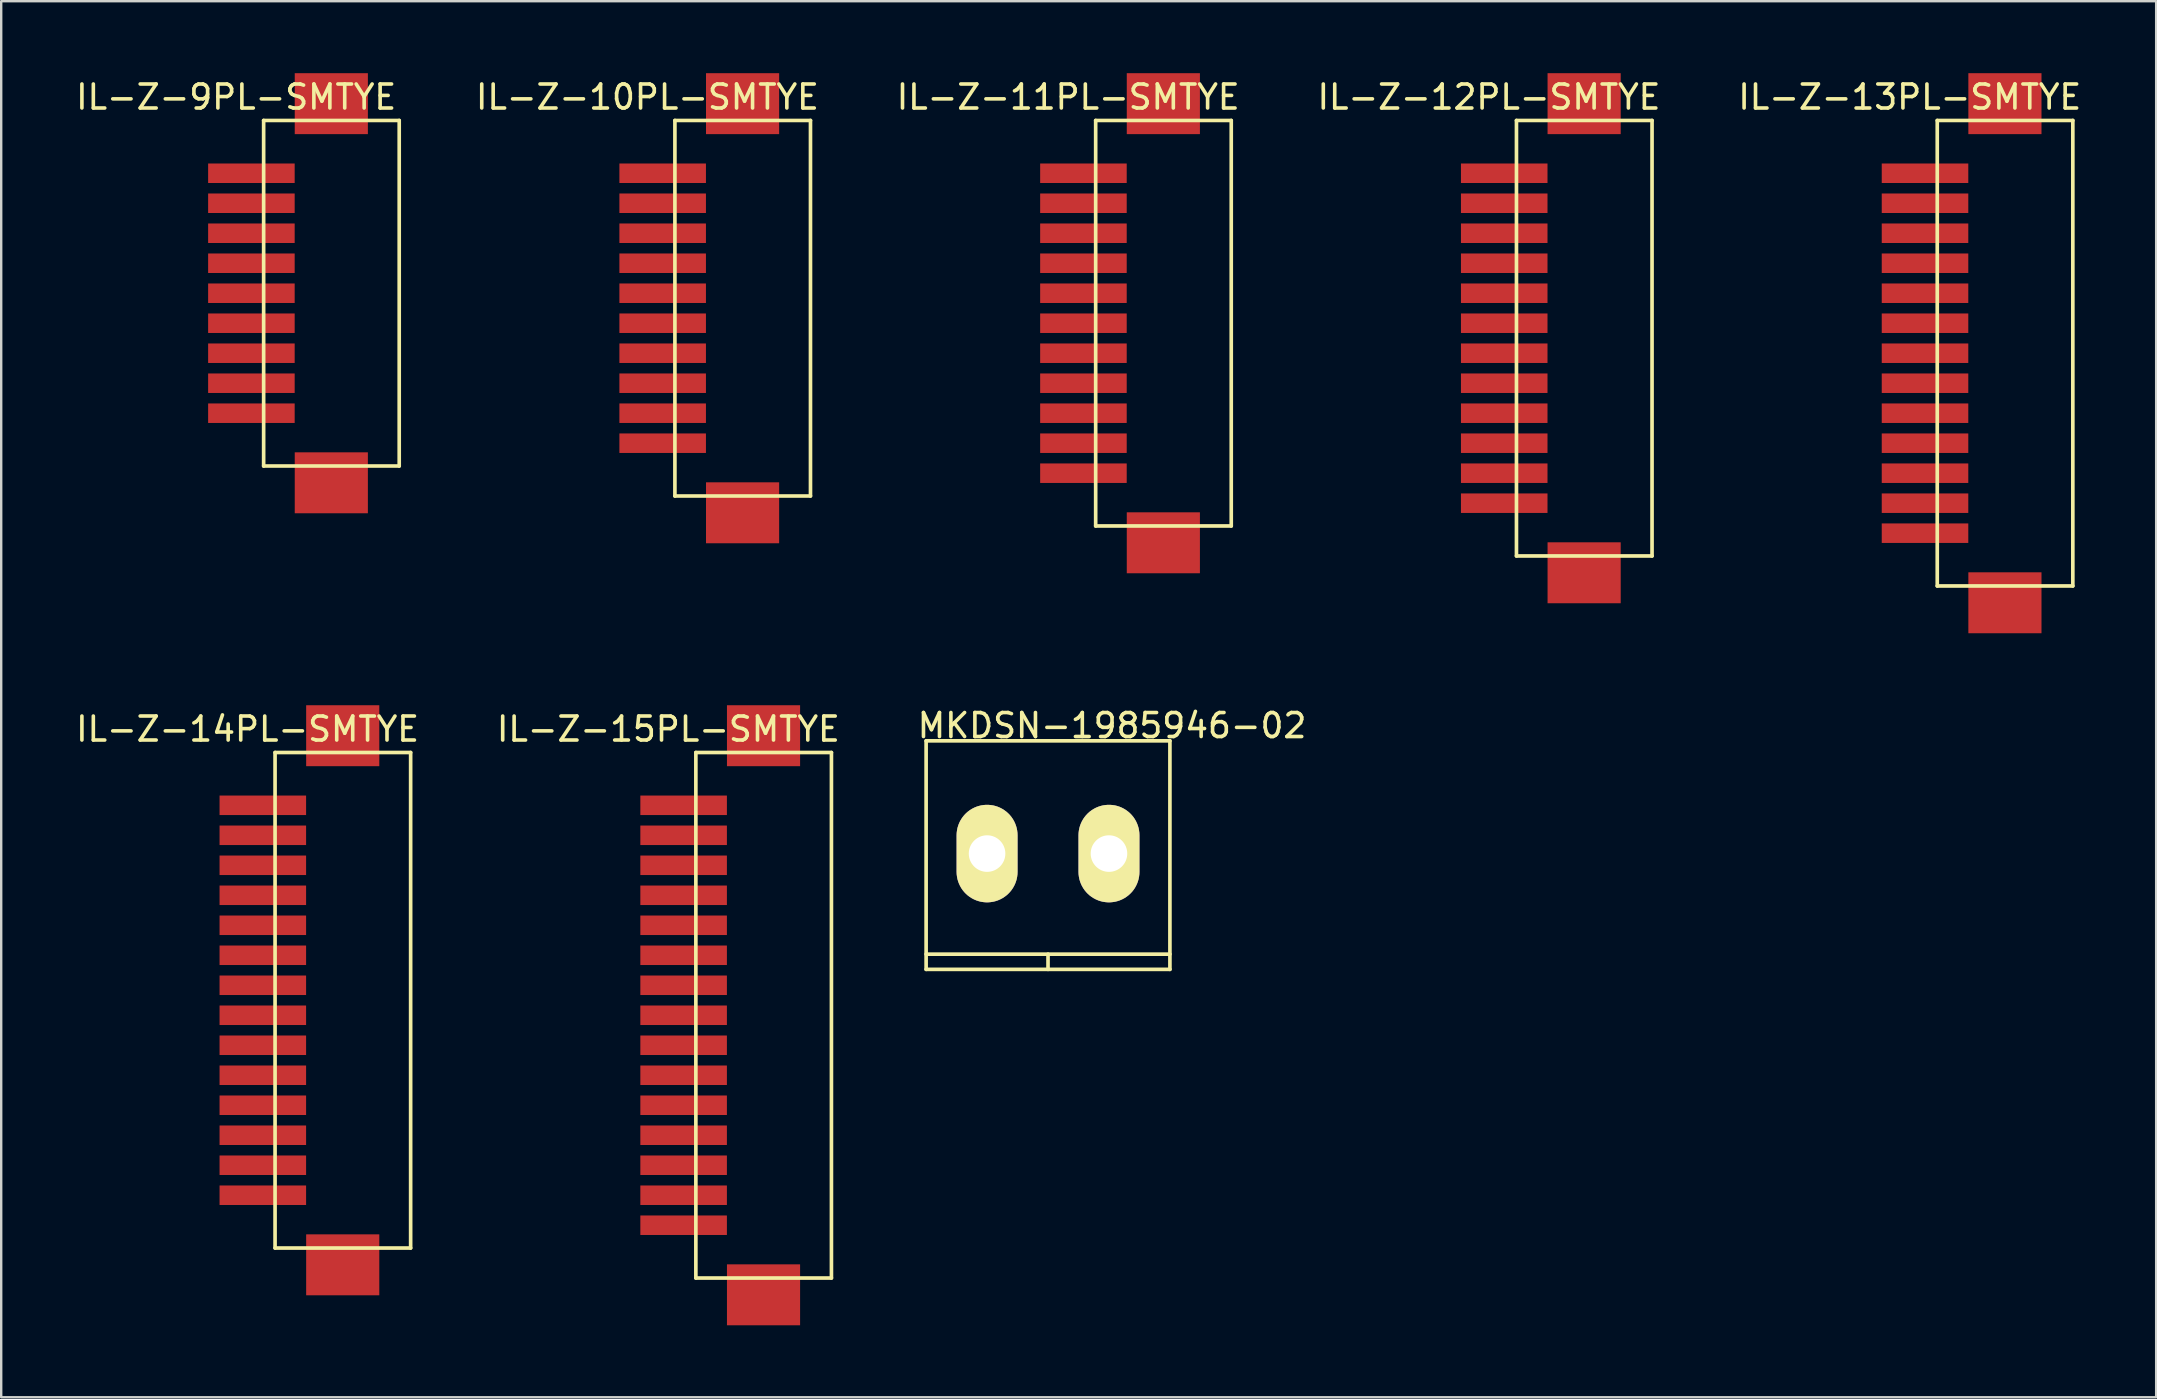
<source format=kicad_pcb>
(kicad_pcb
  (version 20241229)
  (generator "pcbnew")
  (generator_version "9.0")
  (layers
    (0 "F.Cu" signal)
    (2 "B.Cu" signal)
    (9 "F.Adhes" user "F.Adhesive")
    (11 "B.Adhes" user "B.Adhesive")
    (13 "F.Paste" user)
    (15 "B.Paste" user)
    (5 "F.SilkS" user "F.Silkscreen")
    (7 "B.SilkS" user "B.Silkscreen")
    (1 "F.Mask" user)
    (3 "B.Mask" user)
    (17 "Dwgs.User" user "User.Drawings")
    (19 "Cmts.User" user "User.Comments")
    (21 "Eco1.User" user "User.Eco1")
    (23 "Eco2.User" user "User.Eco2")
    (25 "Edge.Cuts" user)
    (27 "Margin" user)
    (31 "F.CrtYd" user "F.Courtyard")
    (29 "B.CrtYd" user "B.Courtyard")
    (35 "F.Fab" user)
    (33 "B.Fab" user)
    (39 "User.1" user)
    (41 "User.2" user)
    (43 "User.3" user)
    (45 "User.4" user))
  (footprint "IL-Z-14PL-SMTYE"
    (layer "F.Cu")
    (at 7.903 30.51)
    (property "Reference" "IL-Z-14PL-SMTYE" (at -0.635 -3.175 0) (layer "F.SilkS") (effects (font (size 1 1) (thickness 0.15))))
    (attr through_hole)
    (fp_line (start 0.51 -2.2) (end 6.16 -2.2) (stroke (width 0.152) (type solid)) (layer "F.SilkS"))
    (fp_line (start 0.51 18.45) (end 0.51 -2.2) (stroke (width 0.152) (type solid)) (layer "F.SilkS"))
    (fp_line (start 0.51 18.45) (end 6.16 18.45) (stroke (width 0.152) (type solid)) (layer "F.SilkS"))
    (fp_line (start 6.16 -2.2) (end 6.16 18.45) (stroke (width 0.152) (type solid)) (layer "F.SilkS"))
    (pad "0" smd rect (at 3.33 -2.9) (size 3.048 2.54) (layers "F.Cu" "F.Mask" "F.Paste"))
    (pad "0" smd rect (at 3.33 19.15) (size 3.048 2.54) (layers "F.Cu" "F.Mask" "F.Paste"))
    (pad "1" smd rect (at 0 0) (size 3.607 0.813) (layers "F.Cu" "F.Mask" "F.Paste"))
    (pad "2" smd rect (at 0 1.25) (size 3.607 0.813) (layers "F.Cu" "F.Mask" "F.Paste"))
    (pad "3" smd rect (at 0 2.5) (size 3.607 0.813) (layers "F.Cu" "F.Mask" "F.Paste"))
    (pad "4" smd rect (at 0 3.75) (size 3.607 0.813) (layers "F.Cu" "F.Mask" "F.Paste"))
    (pad "5" smd rect (at 0 5) (size 3.607 0.813) (layers "F.Cu" "F.Mask" "F.Paste"))
    (pad "6" smd rect (at 0 6.25) (size 3.607 0.813) (layers "F.Cu" "F.Mask" "F.Paste"))
    (pad "7" smd rect (at 0 7.5) (size 3.607 0.813) (layers "F.Cu" "F.Mask" "F.Paste"))
    (pad "8" smd rect (at 0 8.75) (size 3.607 0.813) (layers "F.Cu" "F.Mask" "F.Paste"))
    (pad "9" smd rect (at 0 10) (size 3.607 0.813) (layers "F.Cu" "F.Mask" "F.Paste"))
    (pad "10" smd rect (at 0 11.25) (size 3.607 0.813) (layers "F.Cu" "F.Mask" "F.Paste"))
    (pad "11" smd rect (at 0 12.5) (size 3.607 0.813) (layers "F.Cu" "F.Mask" "F.Paste"))
    (pad "12" smd rect (at 0 13.75) (size 3.607 0.813) (layers "F.Cu" "F.Mask" "F.Paste"))
    (pad "13" smd rect (at 0 15) (size 3.607 0.813) (layers "F.Cu" "F.Mask" "F.Paste"))
    (pad "14" smd rect (at 0 16.25) (size 3.607 0.813) (layers "F.Cu" "F.Mask" "F.Paste")))
  (footprint "IL-Z-15PL-SMTYE"
    (layer "F.Cu")
    (at 25.439 30.51)
    (property "Reference" "IL-Z-15PL-SMTYE" (at -0.635 -3.175 0) (layer "F.SilkS") (effects (font (size 1 1) (thickness 0.15))))
    (attr through_hole)
    (fp_line (start 0.51 -2.2) (end 6.16 -2.2) (stroke (width 0.152) (type solid)) (layer "F.SilkS"))
    (fp_line (start 0.51 19.7) (end 0.51 -2.2) (stroke (width 0.152) (type solid)) (layer "F.SilkS"))
    (fp_line (start 0.51 19.7) (end 6.16 19.7) (stroke (width 0.152) (type solid)) (layer "F.SilkS"))
    (fp_line (start 6.16 -2.2) (end 6.16 19.7) (stroke (width 0.152) (type solid)) (layer "F.SilkS"))
    (pad "0" smd rect (at 3.33 -2.9) (size 3.048 2.54) (layers "F.Cu" "F.Mask" "F.Paste"))
    (pad "0" smd rect (at 3.33 20.4) (size 3.048 2.54) (layers "F.Cu" "F.Mask" "F.Paste"))
    (pad "1" smd rect (at 0 0) (size 3.607 0.813) (layers "F.Cu" "F.Mask" "F.Paste"))
    (pad "2" smd rect (at 0 1.25) (size 3.607 0.813) (layers "F.Cu" "F.Mask" "F.Paste"))
    (pad "3" smd rect (at 0 2.5) (size 3.607 0.813) (layers "F.Cu" "F.Mask" "F.Paste"))
    (pad "4" smd rect (at 0 3.75) (size 3.607 0.813) (layers "F.Cu" "F.Mask" "F.Paste"))
    (pad "5" smd rect (at 0 5) (size 3.607 0.813) (layers "F.Cu" "F.Mask" "F.Paste"))
    (pad "6" smd rect (at 0 6.25) (size 3.607 0.813) (layers "F.Cu" "F.Mask" "F.Paste"))
    (pad "7" smd rect (at 0 7.5) (size 3.607 0.813) (layers "F.Cu" "F.Mask" "F.Paste"))
    (pad "8" smd rect (at 0 8.75) (size 3.607 0.813) (layers "F.Cu" "F.Mask" "F.Paste"))
    (pad "9" smd rect (at 0 10) (size 3.607 0.813) (layers "F.Cu" "F.Mask" "F.Paste"))
    (pad "10" smd rect (at 0 11.25) (size 3.607 0.813) (layers "F.Cu" "F.Mask" "F.Paste"))
    (pad "11" smd rect (at 0 12.5) (size 3.607 0.813) (layers "F.Cu" "F.Mask" "F.Paste"))
    (pad "12" smd rect (at 0 13.75) (size 3.607 0.813) (layers "F.Cu" "F.Mask" "F.Paste"))
    (pad "13" smd rect (at 0 15) (size 3.607 0.813) (layers "F.Cu" "F.Mask" "F.Paste"))
    (pad "14" smd rect (at 0 16.25) (size 3.607 0.813) (layers "F.Cu" "F.Mask" "F.Paste"))
    (pad "15" smd rect (at 0 17.5) (size 3.607 0.813) (layers "F.Cu" "F.Mask" "F.Paste")))
  (footprint "IL-Z-12PL-SMTYE"
    (layer "F.Cu")
    (at 59.637 4.17)
    (property "Reference" "IL-Z-12PL-SMTYE" (at -0.635 -3.175 0) (layer "F.SilkS") (effects (font (size 1 1) (thickness 0.15))))
    (attr through_hole)
    (fp_line (start 0.51 -2.2) (end 6.16 -2.2) (stroke (width 0.152) (type solid)) (layer "F.SilkS"))
    (fp_line (start 0.51 15.95) (end 0.51 -2.2) (stroke (width 0.152) (type solid)) (layer "F.SilkS"))
    (fp_line (start 0.51 15.95) (end 6.16 15.95) (stroke (width 0.152) (type solid)) (layer "F.SilkS"))
    (fp_line (start 6.16 -2.2) (end 6.16 15.95) (stroke (width 0.152) (type solid)) (layer "F.SilkS"))
    (pad "0" smd rect (at 3.33 -2.9) (size 3.048 2.54) (layers "F.Cu" "F.Mask" "F.Paste"))
    (pad "0" smd rect (at 3.33 16.65) (size 3.048 2.54) (layers "F.Cu" "F.Mask" "F.Paste"))
    (pad "1" smd rect (at 0 0) (size 3.607 0.813) (layers "F.Cu" "F.Mask" "F.Paste"))
    (pad "2" smd rect (at 0 1.25) (size 3.607 0.813) (layers "F.Cu" "F.Mask" "F.Paste"))
    (pad "3" smd rect (at 0 2.5) (size 3.607 0.813) (layers "F.Cu" "F.Mask" "F.Paste"))
    (pad "4" smd rect (at 0 3.75) (size 3.607 0.813) (layers "F.Cu" "F.Mask" "F.Paste"))
    (pad "5" smd rect (at 0 5) (size 3.607 0.813) (layers "F.Cu" "F.Mask" "F.Paste"))
    (pad "6" smd rect (at 0 6.25) (size 3.607 0.813) (layers "F.Cu" "F.Mask" "F.Paste"))
    (pad "7" smd rect (at 0 7.5) (size 3.607 0.813) (layers "F.Cu" "F.Mask" "F.Paste"))
    (pad "8" smd rect (at 0 8.75) (size 3.607 0.813) (layers "F.Cu" "F.Mask" "F.Paste"))
    (pad "9" smd rect (at 0 10) (size 3.607 0.813) (layers "F.Cu" "F.Mask" "F.Paste"))
    (pad "10" smd rect (at 0 11.25) (size 3.607 0.813) (layers "F.Cu" "F.Mask" "F.Paste"))
    (pad "11" smd rect (at 0 12.5) (size 3.607 0.813) (layers "F.Cu" "F.Mask" "F.Paste"))
    (pad "12" smd rect (at 0 13.75) (size 3.607 0.813) (layers "F.Cu" "F.Mask" "F.Paste")))
  (footprint "IL-Z-13PL-SMTYE"
    (layer "F.Cu")
    (at 77.173 4.17)
    (property "Reference" "IL-Z-13PL-SMTYE" (at -0.635 -3.175 0) (layer "F.SilkS") (effects (font (size 1 1) (thickness 0.15))))
    (attr through_hole)
    (fp_line (start 0.51 -2.2) (end 6.16 -2.2) (stroke (width 0.152) (type solid)) (layer "F.SilkS"))
    (fp_line (start 0.51 17.2) (end 0.51 -2.2) (stroke (width 0.152) (type solid)) (layer "F.SilkS"))
    (fp_line (start 0.51 17.2) (end 6.16 17.2) (stroke (width 0.152) (type solid)) (layer "F.SilkS"))
    (fp_line (start 6.16 -2.2) (end 6.16 17.2) (stroke (width 0.152) (type solid)) (layer "F.SilkS"))
    (pad "0" smd rect (at 3.33 -2.9) (size 3.048 2.54) (layers "F.Cu" "F.Mask" "F.Paste"))
    (pad "0" smd rect (at 3.33 17.9) (size 3.048 2.54) (layers "F.Cu" "F.Mask" "F.Paste"))
    (pad "1" smd rect (at 0 0) (size 3.607 0.813) (layers "F.Cu" "F.Mask" "F.Paste"))
    (pad "2" smd rect (at 0 1.25) (size 3.607 0.813) (layers "F.Cu" "F.Mask" "F.Paste"))
    (pad "3" smd rect (at 0 2.5) (size 3.607 0.813) (layers "F.Cu" "F.Mask" "F.Paste"))
    (pad "4" smd rect (at 0 3.75) (size 3.607 0.813) (layers "F.Cu" "F.Mask" "F.Paste"))
    (pad "5" smd rect (at 0 5) (size 3.607 0.813) (layers "F.Cu" "F.Mask" "F.Paste"))
    (pad "6" smd rect (at 0 6.25) (size 3.607 0.813) (layers "F.Cu" "F.Mask" "F.Paste"))
    (pad "7" smd rect (at 0 7.5) (size 3.607 0.813) (layers "F.Cu" "F.Mask" "F.Paste"))
    (pad "8" smd rect (at 0 8.75) (size 3.607 0.813) (layers "F.Cu" "F.Mask" "F.Paste"))
    (pad "9" smd rect (at 0 10) (size 3.607 0.813) (layers "F.Cu" "F.Mask" "F.Paste"))
    (pad "10" smd rect (at 0 11.25) (size 3.607 0.813) (layers "F.Cu" "F.Mask" "F.Paste"))
    (pad "11" smd rect (at 0 12.5) (size 3.607 0.813) (layers "F.Cu" "F.Mask" "F.Paste"))
    (pad "12" smd rect (at 0 13.75) (size 3.607 0.813) (layers "F.Cu" "F.Mask" "F.Paste"))
    (pad "13" smd rect (at 0 15) (size 3.607 0.813) (layers "F.Cu" "F.Mask" "F.Paste")))
  (footprint "IL-Z-11PL-SMTYE"
    (layer "F.Cu")
    (at 42.101 4.17)
    (property "Reference" "IL-Z-11PL-SMTYE" (at -0.635 -3.175 0) (layer "F.SilkS") (effects (font (size 1 1) (thickness 0.15))))
    (attr through_hole)
    (fp_line (start 0.51 -2.2) (end 6.16 -2.2) (stroke (width 0.152) (type solid)) (layer "F.SilkS"))
    (fp_line (start 0.51 14.7) (end 0.51 -2.2) (stroke (width 0.152) (type solid)) (layer "F.SilkS"))
    (fp_line (start 0.51 14.7) (end 6.16 14.7) (stroke (width 0.152) (type solid)) (layer "F.SilkS"))
    (fp_line (start 6.16 -2.2) (end 6.16 14.7) (stroke (width 0.152) (type solid)) (layer "F.SilkS"))
    (pad "0" smd rect (at 3.33 -2.9) (size 3.048 2.54) (layers "F.Cu" "F.Mask" "F.Paste"))
    (pad "0" smd rect (at 3.33 15.4) (size 3.048 2.54) (layers "F.Cu" "F.Mask" "F.Paste"))
    (pad "1" smd rect (at 0 0) (size 3.607 0.813) (layers "F.Cu" "F.Mask" "F.Paste"))
    (pad "2" smd rect (at 0 1.25) (size 3.607 0.813) (layers "F.Cu" "F.Mask" "F.Paste"))
    (pad "3" smd rect (at 0 2.5) (size 3.607 0.813) (layers "F.Cu" "F.Mask" "F.Paste"))
    (pad "4" smd rect (at 0 3.75) (size 3.607 0.813) (layers "F.Cu" "F.Mask" "F.Paste"))
    (pad "5" smd rect (at 0 5) (size 3.607 0.813) (layers "F.Cu" "F.Mask" "F.Paste"))
    (pad "6" smd rect (at 0 6.25) (size 3.607 0.813) (layers "F.Cu" "F.Mask" "F.Paste"))
    (pad "7" smd rect (at 0 7.5) (size 3.607 0.813) (layers "F.Cu" "F.Mask" "F.Paste"))
    (pad "8" smd rect (at 0 8.75) (size 3.607 0.813) (layers "F.Cu" "F.Mask" "F.Paste"))
    (pad "9" smd rect (at 0 10) (size 3.607 0.813) (layers "F.Cu" "F.Mask" "F.Paste"))
    (pad "10" smd rect (at 0 11.25) (size 3.607 0.813) (layers "F.Cu" "F.Mask" "F.Paste"))
    (pad "11" smd rect (at 0 12.5) (size 3.607 0.813) (layers "F.Cu" "F.Mask" "F.Paste")))
  (footprint "IL-Z-10PL-SMTYE"
    (layer "F.Cu")
    (at 24.566 4.17)
    (property "Reference" "IL-Z-10PL-SMTYE" (at -0.635 -3.175 0) (layer "F.SilkS") (effects (font (size 1 1) (thickness 0.15))))
    (attr through_hole)
    (fp_line (start 0.51 -2.2) (end 6.16 -2.2) (stroke (width 0.152) (type solid)) (layer "F.SilkS"))
    (fp_line (start 0.51 13.45) (end 0.51 -2.2) (stroke (width 0.152) (type solid)) (layer "F.SilkS"))
    (fp_line (start 0.51 13.45) (end 6.16 13.45) (stroke (width 0.152) (type solid)) (layer "F.SilkS"))
    (fp_line (start 6.16 -2.2) (end 6.16 13.45) (stroke (width 0.152) (type solid)) (layer "F.SilkS"))
    (pad "0" smd rect (at 3.33 -2.9) (size 3.048 2.54) (layers "F.Cu" "F.Mask" "F.Paste"))
    (pad "0" smd rect (at 3.33 14.15) (size 3.048 2.54) (layers "F.Cu" "F.Mask" "F.Paste"))
    (pad "1" smd rect (at 0 0) (size 3.607 0.813) (layers "F.Cu" "F.Mask" "F.Paste"))
    (pad "2" smd rect (at 0 1.25) (size 3.607 0.813) (layers "F.Cu" "F.Mask" "F.Paste"))
    (pad "3" smd rect (at 0 2.5) (size 3.607 0.813) (layers "F.Cu" "F.Mask" "F.Paste"))
    (pad "4" smd rect (at 0 3.75) (size 3.607 0.813) (layers "F.Cu" "F.Mask" "F.Paste"))
    (pad "5" smd rect (at 0 5) (size 3.607 0.813) (layers "F.Cu" "F.Mask" "F.Paste"))
    (pad "6" smd rect (at 0 6.25) (size 3.607 0.813) (layers "F.Cu" "F.Mask" "F.Paste"))
    (pad "7" smd rect (at 0 7.5) (size 3.607 0.813) (layers "F.Cu" "F.Mask" "F.Paste"))
    (pad "8" smd rect (at 0 8.75) (size 3.607 0.813) (layers "F.Cu" "F.Mask" "F.Paste"))
    (pad "9" smd rect (at 0 10) (size 3.607 0.813) (layers "F.Cu" "F.Mask" "F.Paste"))
    (pad "10" smd rect (at 0 11.25) (size 3.607 0.813) (layers "F.Cu" "F.Mask" "F.Paste")))
  (footprint "IL-Z-9PL-SMTYE"
    (layer "F.Cu")
    (at 7.427 4.17)
    (property "Reference" "IL-Z-9PL-SMTYE" (at -0.635 -3.175 0) (layer "F.SilkS") (effects (font (size 1 1) (thickness 0.15))))
    (attr through_hole)
    (fp_line (start 0.51 -2.2) (end 6.16 -2.2) (stroke (width 0.152) (type solid)) (layer "F.SilkS"))
    (fp_line (start 0.51 12.2) (end 0.51 -2.2) (stroke (width 0.152) (type solid)) (layer "F.SilkS"))
    (fp_line (start 0.51 12.2) (end 6.16 12.2) (stroke (width 0.152) (type solid)) (layer "F.SilkS"))
    (fp_line (start 6.16 -2.2) (end 6.16 12.2) (stroke (width 0.152) (type solid)) (layer "F.SilkS"))
    (pad "0" smd rect (at 3.33 -2.9) (size 3.048 2.54) (layers "F.Cu" "F.Mask" "F.Paste"))
    (pad "0" smd rect (at 3.33 12.9) (size 3.048 2.54) (layers "F.Cu" "F.Mask" "F.Paste"))
    (pad "1" smd rect (at 0 0) (size 3.607 0.813) (layers "F.Cu" "F.Mask" "F.Paste"))
    (pad "2" smd rect (at 0 1.25) (size 3.607 0.813) (layers "F.Cu" "F.Mask" "F.Paste"))
    (pad "3" smd rect (at 0 2.5) (size 3.607 0.813) (layers "F.Cu" "F.Mask" "F.Paste"))
    (pad "4" smd rect (at 0 3.75) (size 3.607 0.813) (layers "F.Cu" "F.Mask" "F.Paste"))
    (pad "5" smd rect (at 0 5) (size 3.607 0.813) (layers "F.Cu" "F.Mask" "F.Paste"))
    (pad "6" smd rect (at 0 6.25) (size 3.607 0.813) (layers "F.Cu" "F.Mask" "F.Paste"))
    (pad "7" smd rect (at 0 7.5) (size 3.607 0.813) (layers "F.Cu" "F.Mask" "F.Paste"))
    (pad "8" smd rect (at 0 8.75) (size 3.607 0.813) (layers "F.Cu" "F.Mask" "F.Paste"))
    (pad "9" smd rect (at 0 10) (size 3.607 0.813) (layers "F.Cu" "F.Mask" "F.Paste")))
  (footprint "MKDSN-1985946-02"
    (layer "F.Cu")
    (at 38.085 33.538)
    (property "Reference" "MKDSN-1985946-02" (at 5.207 -6.35 0) (layer "F.SilkS") (effects (font (size 1 1) (thickness 0.15))))
    (attr through_hole)
    (fp_line (start -2.54 -5.715) (end 7.62 -5.715) (stroke (width 0.152) (type solid)) (layer "F.SilkS"))
    (fp_line (start -2.54 3.175) (end 7.62 3.175) (stroke (width 0.152) (type solid)) (layer "F.SilkS"))
    (fp_line (start -2.54 3.81) (end -2.54 -5.715) (stroke (width 0.152) (type solid)) (layer "F.SilkS"))
    (fp_line (start -2.54 3.81) (end 7.62 3.81) (stroke (width 0.152) (type solid)) (layer "F.SilkS"))
    (fp_line (start 2.54 3.175) (end 2.54 3.81) (stroke (width 0.152) (type solid)) (layer "F.SilkS"))
    (fp_line (start 7.62 -5.715) (end 7.62 3.81) (stroke (width 0.152) (type solid)) (layer "F.SilkS"))
    (pad "1" thru_hole oval (at 0 -1.016) (size 2.54 4.064) (drill 1.524) (layers "*.Cu" "*.Mask" "F.SilkS"))
    (pad "2" thru_hole oval (at 5.08 -1.016) (size 2.54 4.064) (drill 1.524) (layers "*.Cu" "*.Mask" "F.SilkS")))
  (gr_rect
    (start -3 -3)
    (end 86.806 55.18)
    (stroke (width 0.1) (type default))
    (fill no)
    (layer "Edge.Cuts")))
</source>
